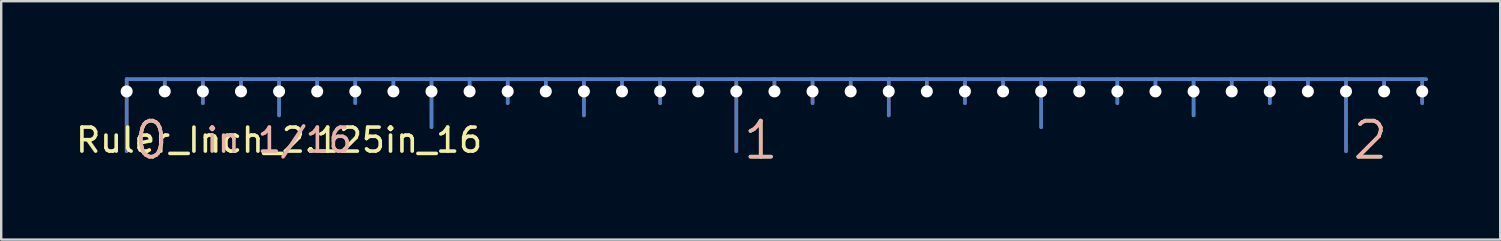
<source format=kicad_pcb>
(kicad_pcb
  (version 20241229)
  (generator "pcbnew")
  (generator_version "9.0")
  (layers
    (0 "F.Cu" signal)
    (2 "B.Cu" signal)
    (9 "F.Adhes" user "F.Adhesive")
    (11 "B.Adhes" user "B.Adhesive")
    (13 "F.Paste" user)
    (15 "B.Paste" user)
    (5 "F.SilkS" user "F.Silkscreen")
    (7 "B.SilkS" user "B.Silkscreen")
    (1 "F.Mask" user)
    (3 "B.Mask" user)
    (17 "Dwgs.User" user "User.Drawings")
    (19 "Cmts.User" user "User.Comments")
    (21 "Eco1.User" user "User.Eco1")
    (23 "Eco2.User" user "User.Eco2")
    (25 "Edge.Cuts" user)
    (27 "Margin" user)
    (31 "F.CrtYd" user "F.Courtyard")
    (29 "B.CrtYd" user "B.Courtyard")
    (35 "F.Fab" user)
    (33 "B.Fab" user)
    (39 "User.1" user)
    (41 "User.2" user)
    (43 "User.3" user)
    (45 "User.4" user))
  (footprint "Ruler_Inch_2.125in_16"
    (layer "F.Cu")
    (at 2.227 0.25)
    (property "Reference" "Ruler_Inch_2.125in_16" (at 6.35 2.54 0) (layer "F.SilkS") (effects (font (size 1 1) (thickness 0.15))))
    (attr through_hole)
    (fp_line (start 0 0) (end 0 3) (stroke (width 0.15) (type solid)) (layer "F.Cu"))
    (fp_line (start 1.587 0) (end 1.587 0.508) (stroke (width 0.15) (type solid)) (layer "F.Cu"))
    (fp_line (start 3.175 0) (end 3.175 1) (stroke (width 0.15) (type solid)) (layer "F.Cu"))
    (fp_line (start 4.763 0) (end 4.763 0.508) (stroke (width 0.15) (type solid)) (layer "F.Cu"))
    (fp_line (start 6.35 0) (end 6.35 1.508) (stroke (width 0.15) (type solid)) (layer "F.Cu"))
    (fp_line (start 7.938 0) (end 7.938 0.508) (stroke (width 0.15) (type solid)) (layer "F.Cu"))
    (fp_line (start 9.525 0) (end 9.525 1) (stroke (width 0.15) (type solid)) (layer "F.Cu"))
    (fp_line (start 11.113 0) (end 11.113 0.508) (stroke (width 0.15) (type solid)) (layer "F.Cu"))
    (fp_line (start 12.7 0) (end 12.7 2) (stroke (width 0.15) (type solid)) (layer "F.Cu"))
    (fp_line (start 14.287 0) (end 14.287 0.508) (stroke (width 0.15) (type solid)) (layer "F.Cu"))
    (fp_line (start 15.875 0) (end 15.875 1) (stroke (width 0.15) (type solid)) (layer "F.Cu"))
    (fp_line (start 17.462 0) (end 17.462 0.508) (stroke (width 0.15) (type solid)) (layer "F.Cu"))
    (fp_line (start 19.05 0) (end 19.05 1.508) (stroke (width 0.15) (type solid)) (layer "F.Cu"))
    (fp_line (start 20.637 0) (end 20.637 0.508) (stroke (width 0.15) (type solid)) (layer "F.Cu"))
    (fp_line (start 22.225 0) (end 22.225 1) (stroke (width 0.15) (type solid)) (layer "F.Cu"))
    (fp_line (start 23.812 0) (end 23.812 0.508) (stroke (width 0.15) (type solid)) (layer "F.Cu"))
    (fp_line (start 25.4 0) (end 25.4 3) (stroke (width 0.15) (type solid)) (layer "F.Cu"))
    (fp_line (start 26.988 0) (end 26.988 0.508) (stroke (width 0.15) (type solid)) (layer "F.Cu"))
    (fp_line (start 28.575 0) (end 28.575 1) (stroke (width 0.15) (type solid)) (layer "F.Cu"))
    (fp_line (start 30.163 0) (end 30.163 0.508) (stroke (width 0.15) (type solid)) (layer "F.Cu"))
    (fp_line (start 31.75 0) (end 31.75 1.508) (stroke (width 0.15) (type solid)) (layer "F.Cu"))
    (fp_line (start 33.337 0) (end 33.337 0.508) (stroke (width 0.15) (type solid)) (layer "F.Cu"))
    (fp_line (start 34.925 0) (end 34.925 1) (stroke (width 0.15) (type solid)) (layer "F.Cu"))
    (fp_line (start 36.513 0) (end 36.513 0.508) (stroke (width 0.15) (type solid)) (layer "F.Cu"))
    (fp_line (start 38.1 0) (end 38.1 2) (stroke (width 0.15) (type solid)) (layer "F.Cu"))
    (fp_line (start 39.688 0) (end 39.688 0.508) (stroke (width 0.15) (type solid)) (layer "F.Cu"))
    (fp_line (start 41.275 0) (end 41.275 1) (stroke (width 0.15) (type solid)) (layer "F.Cu"))
    (fp_line (start 42.862 0) (end 42.862 0.508) (stroke (width 0.15) (type solid)) (layer "F.Cu"))
    (fp_line (start 44.45 0) (end 44.45 1.508) (stroke (width 0.15) (type solid)) (layer "F.Cu"))
    (fp_line (start 46.038 0) (end 46.038 0.508) (stroke (width 0.15) (type solid)) (layer "F.Cu"))
    (fp_line (start 47.625 0) (end 47.625 1) (stroke (width 0.15) (type solid)) (layer "F.Cu"))
    (fp_line (start 49.212 0) (end 49.212 0.508) (stroke (width 0.15) (type solid)) (layer "F.Cu"))
    (fp_line (start 50.8 0) (end 50.8 3) (stroke (width 0.15) (type solid)) (layer "F.Cu"))
    (fp_line (start 52.388 0) (end 52.388 0.508) (stroke (width 0.15) (type solid)) (layer "F.Cu"))
    (fp_line (start 53.975 0) (end 53.975 1) (stroke (width 0.15) (type solid)) (layer "F.Cu"))
    (fp_line (start 54.138 0) (end 0 0) (stroke (width 0.15) (type solid)) (layer "F.Cu"))
    (fp_line (start 0 0) (end 0 3) (stroke (width 0.15) (type solid)) (layer "F.Mask"))
    (fp_line (start 1.587 0) (end 1.587 0.508) (stroke (width 0.15) (type solid)) (layer "F.Mask"))
    (fp_line (start 3.175 0) (end 3.175 1) (stroke (width 0.15) (type solid)) (layer "F.Mask"))
    (fp_line (start 4.763 0) (end 4.763 0.508) (stroke (width 0.15) (type solid)) (layer "F.Mask"))
    (fp_line (start 6.35 0) (end 6.35 1.508) (stroke (width 0.15) (type solid)) (layer "F.Mask"))
    (fp_line (start 7.938 0) (end 7.938 0.508) (stroke (width 0.15) (type solid)) (layer "F.Mask"))
    (fp_line (start 9.525 0) (end 9.525 1) (stroke (width 0.15) (type solid)) (layer "F.Mask"))
    (fp_line (start 11.113 0) (end 11.113 0.508) (stroke (width 0.15) (type solid)) (layer "F.Mask"))
    (fp_line (start 12.7 0) (end 12.7 2) (stroke (width 0.15) (type solid)) (layer "F.Mask"))
    (fp_line (start 14.287 0) (end 14.287 0.508) (stroke (width 0.15) (type solid)) (layer "F.Mask"))
    (fp_line (start 15.875 0) (end 15.875 1) (stroke (width 0.15) (type solid)) (layer "F.Mask"))
    (fp_line (start 17.462 0) (end 17.462 0.508) (stroke (width 0.15) (type solid)) (layer "F.Mask"))
    (fp_line (start 19.05 0) (end 19.05 1.508) (stroke (width 0.15) (type solid)) (layer "F.Mask"))
    (fp_line (start 20.637 0) (end 20.637 0.508) (stroke (width 0.15) (type solid)) (layer "F.Mask"))
    (fp_line (start 22.225 0) (end 22.225 1) (stroke (width 0.15) (type solid)) (layer "F.Mask"))
    (fp_line (start 23.812 0) (end 23.812 0.508) (stroke (width 0.15) (type solid)) (layer "F.Mask"))
    (fp_line (start 25.4 0) (end 25.4 3) (stroke (width 0.15) (type solid)) (layer "F.Mask"))
    (fp_line (start 26.988 0) (end 26.988 0.508) (stroke (width 0.15) (type solid)) (layer "F.Mask"))
    (fp_line (start 28.575 0) (end 28.575 1) (stroke (width 0.15) (type solid)) (layer "F.Mask"))
    (fp_line (start 30.163 0) (end 30.163 0.508) (stroke (width 0.15) (type solid)) (layer "F.Mask"))
    (fp_line (start 31.75 0) (end 31.75 1.508) (stroke (width 0.15) (type solid)) (layer "F.Mask"))
    (fp_line (start 33.337 0) (end 33.337 0.508) (stroke (width 0.15) (type solid)) (layer "F.Mask"))
    (fp_line (start 34.925 0) (end 34.925 1) (stroke (width 0.15) (type solid)) (layer "F.Mask"))
    (fp_line (start 36.513 0) (end 36.513 0.508) (stroke (width 0.15) (type solid)) (layer "F.Mask"))
    (fp_line (start 38.1 0) (end 38.1 2) (stroke (width 0.15) (type solid)) (layer "F.Mask"))
    (fp_line (start 39.688 0) (end 39.688 0.508) (stroke (width 0.15) (type solid)) (layer "F.Mask"))
    (fp_line (start 41.275 0) (end 41.275 1) (stroke (width 0.15) (type solid)) (layer "F.Mask"))
    (fp_line (start 42.862 0) (end 42.862 0.508) (stroke (width 0.15) (type solid)) (layer "F.Mask"))
    (fp_line (start 44.45 0) (end 44.45 1.508) (stroke (width 0.15) (type solid)) (layer "F.Mask"))
    (fp_line (start 46.038 0) (end 46.038 0.508) (stroke (width 0.15) (type solid)) (layer "F.Mask"))
    (fp_line (start 47.625 0) (end 47.625 1) (stroke (width 0.15) (type solid)) (layer "F.Mask"))
    (fp_line (start 49.212 0) (end 49.212 0.508) (stroke (width 0.15) (type solid)) (layer "F.Mask"))
    (fp_line (start 50.8 0) (end 50.8 3) (stroke (width 0.15) (type solid)) (layer "F.Mask"))
    (fp_line (start 52.388 0) (end 52.388 0.508) (stroke (width 0.15) (type solid)) (layer "F.Mask"))
    (fp_line (start 53.975 0) (end 53.975 1) (stroke (width 0.15) (type solid)) (layer "F.Mask"))
    (fp_line (start 54.138 0) (end 0 0) (stroke (width 0.15) (type solid)) (layer "F.Mask"))
    (fp_line (start 0 0) (end 0 3) (stroke (width 0.15) (type solid)) (layer "B.Cu"))
    (fp_line (start 1.587 0) (end 1.587 0.508) (stroke (width 0.15) (type solid)) (layer "B.Cu"))
    (fp_line (start 3.175 0) (end 3.175 1) (stroke (width 0.15) (type solid)) (layer "B.Cu"))
    (fp_line (start 4.763 0) (end 4.763 0.508) (stroke (width 0.15) (type solid)) (layer "B.Cu"))
    (fp_line (start 6.35 0) (end 6.35 1.508) (stroke (width 0.15) (type solid)) (layer "B.Cu"))
    (fp_line (start 7.938 0) (end 7.938 0.508) (stroke (width 0.15) (type solid)) (layer "B.Cu"))
    (fp_line (start 9.525 0) (end 9.525 1) (stroke (width 0.15) (type solid)) (layer "B.Cu"))
    (fp_line (start 11.113 0) (end 11.113 0.508) (stroke (width 0.15) (type solid)) (layer "B.Cu"))
    (fp_line (start 12.7 0) (end 12.7 2) (stroke (width 0.15) (type solid)) (layer "B.Cu"))
    (fp_line (start 14.287 0) (end 14.287 0.508) (stroke (width 0.15) (type solid)) (layer "B.Cu"))
    (fp_line (start 15.875 0) (end 15.875 1) (stroke (width 0.15) (type solid)) (layer "B.Cu"))
    (fp_line (start 17.462 0) (end 17.462 0.508) (stroke (width 0.15) (type solid)) (layer "B.Cu"))
    (fp_line (start 19.05 0) (end 19.05 1.508) (stroke (width 0.15) (type solid)) (layer "B.Cu"))
    (fp_line (start 20.637 0) (end 20.637 0.508) (stroke (width 0.15) (type solid)) (layer "B.Cu"))
    (fp_line (start 22.225 0) (end 22.225 1) (stroke (width 0.15) (type solid)) (layer "B.Cu"))
    (fp_line (start 23.812 0) (end 23.812 0.508) (stroke (width 0.15) (type solid)) (layer "B.Cu"))
    (fp_line (start 25.4 0) (end 25.4 3) (stroke (width 0.15) (type solid)) (layer "B.Cu"))
    (fp_line (start 26.988 0) (end 26.988 0.508) (stroke (width 0.15) (type solid)) (layer "B.Cu"))
    (fp_line (start 28.575 0) (end 28.575 1) (stroke (width 0.15) (type solid)) (layer "B.Cu"))
    (fp_line (start 30.163 0) (end 30.163 0.508) (stroke (width 0.15) (type solid)) (layer "B.Cu"))
    (fp_line (start 31.75 0) (end 31.75 1.508) (stroke (width 0.15) (type solid)) (layer "B.Cu"))
    (fp_line (start 33.337 0) (end 33.337 0.508) (stroke (width 0.15) (type solid)) (layer "B.Cu"))
    (fp_line (start 34.925 0) (end 34.925 1) (stroke (width 0.15) (type solid)) (layer "B.Cu"))
    (fp_line (start 36.513 0) (end 36.513 0.508) (stroke (width 0.15) (type solid)) (layer "B.Cu"))
    (fp_line (start 38.1 0) (end 38.1 2) (stroke (width 0.15) (type solid)) (layer "B.Cu"))
    (fp_line (start 39.688 0) (end 39.688 0.508) (stroke (width 0.15) (type solid)) (layer "B.Cu"))
    (fp_line (start 41.275 0) (end 41.275 1) (stroke (width 0.15) (type solid)) (layer "B.Cu"))
    (fp_line (start 42.862 0) (end 42.862 0.508) (stroke (width 0.15) (type solid)) (layer "B.Cu"))
    (fp_line (start 44.45 0) (end 44.45 1.508) (stroke (width 0.15) (type solid)) (layer "B.Cu"))
    (fp_line (start 46.038 0) (end 46.038 0.508) (stroke (width 0.15) (type solid)) (layer "B.Cu"))
    (fp_line (start 47.625 0) (end 47.625 1) (stroke (width 0.15) (type solid)) (layer "B.Cu"))
    (fp_line (start 49.212 0) (end 49.212 0.508) (stroke (width 0.15) (type solid)) (layer "B.Cu"))
    (fp_line (start 50.8 0) (end 50.8 3) (stroke (width 0.15) (type solid)) (layer "B.Cu"))
    (fp_line (start 52.388 0) (end 52.388 0.508) (stroke (width 0.15) (type solid)) (layer "B.Cu"))
    (fp_line (start 53.975 0) (end 53.975 1) (stroke (width 0.15) (type solid)) (layer "B.Cu"))
    (fp_line (start 54.138 0) (end 0 0) (stroke (width 0.15) (type solid)) (layer "B.Cu"))
    (fp_line (start 0 0) (end 0 3) (stroke (width 0.15) (type solid)) (layer "B.Mask"))
    (fp_line (start 1.587 0) (end 1.587 0.508) (stroke (width 0.15) (type solid)) (layer "B.Mask"))
    (fp_line (start 3.175 0) (end 3.175 1) (stroke (width 0.15) (type solid)) (layer "B.Mask"))
    (fp_line (start 4.763 0) (end 4.763 0.508) (stroke (width 0.15) (type solid)) (layer "B.Mask"))
    (fp_line (start 6.35 0) (end 6.35 1.508) (stroke (width 0.15) (type solid)) (layer "B.Mask"))
    (fp_line (start 7.938 0) (end 7.938 0.508) (stroke (width 0.15) (type solid)) (layer "B.Mask"))
    (fp_line (start 9.525 0) (end 9.525 1) (stroke (width 0.15) (type solid)) (layer "B.Mask"))
    (fp_line (start 11.113 0) (end 11.113 0.508) (stroke (width 0.15) (type solid)) (layer "B.Mask"))
    (fp_line (start 12.7 0) (end 12.7 2) (stroke (width 0.15) (type solid)) (layer "B.Mask"))
    (fp_line (start 14.287 0) (end 14.287 0.508) (stroke (width 0.15) (type solid)) (layer "B.Mask"))
    (fp_line (start 15.875 0) (end 15.875 1) (stroke (width 0.15) (type solid)) (layer "B.Mask"))
    (fp_line (start 17.462 0) (end 17.462 0.508) (stroke (width 0.15) (type solid)) (layer "B.Mask"))
    (fp_line (start 19.05 0) (end 19.05 1.508) (stroke (width 0.15) (type solid)) (layer "B.Mask"))
    (fp_line (start 20.637 0) (end 20.637 0.508) (stroke (width 0.15) (type solid)) (layer "B.Mask"))
    (fp_line (start 22.225 0) (end 22.225 1) (stroke (width 0.15) (type solid)) (layer "B.Mask"))
    (fp_line (start 23.812 0) (end 23.812 0.508) (stroke (width 0.15) (type solid)) (layer "B.Mask"))
    (fp_line (start 25.4 0) (end 25.4 3) (stroke (width 0.15) (type solid)) (layer "B.Mask"))
    (fp_line (start 26.988 0) (end 26.988 0.508) (stroke (width 0.15) (type solid)) (layer "B.Mask"))
    (fp_line (start 28.575 0) (end 28.575 1) (stroke (width 0.15) (type solid)) (layer "B.Mask"))
    (fp_line (start 30.163 0) (end 30.163 0.508) (stroke (width 0.15) (type solid)) (layer "B.Mask"))
    (fp_line (start 31.75 0) (end 31.75 1.508) (stroke (width 0.15) (type solid)) (layer "B.Mask"))
    (fp_line (start 33.337 0) (end 33.337 0.508) (stroke (width 0.15) (type solid)) (layer "B.Mask"))
    (fp_line (start 34.925 0) (end 34.925 1) (stroke (width 0.15) (type solid)) (layer "B.Mask"))
    (fp_line (start 36.513 0) (end 36.513 0.508) (stroke (width 0.15) (type solid)) (layer "B.Mask"))
    (fp_line (start 38.1 0) (end 38.1 2) (stroke (width 0.15) (type solid)) (layer "B.Mask"))
    (fp_line (start 39.688 0) (end 39.688 0.508) (stroke (width 0.15) (type solid)) (layer "B.Mask"))
    (fp_line (start 41.275 0) (end 41.275 1) (stroke (width 0.15) (type solid)) (layer "B.Mask"))
    (fp_line (start 42.862 0) (end 42.862 0.508) (stroke (width 0.15) (type solid)) (layer "B.Mask"))
    (fp_line (start 44.45 0) (end 44.45 1.508) (stroke (width 0.15) (type solid)) (layer "B.Mask"))
    (fp_line (start 46.038 0) (end 46.038 0.508) (stroke (width 0.15) (type solid)) (layer "B.Mask"))
    (fp_line (start 47.625 0) (end 47.625 1) (stroke (width 0.15) (type solid)) (layer "B.Mask"))
    (fp_line (start 49.212 0) (end 49.212 0.508) (stroke (width 0.15) (type solid)) (layer "B.Mask"))
    (fp_line (start 50.8 0) (end 50.8 3) (stroke (width 0.15) (type solid)) (layer "B.Mask"))
    (fp_line (start 52.388 0) (end 52.388 0.508) (stroke (width 0.15) (type solid)) (layer "B.Mask"))
    (fp_line (start 53.975 0) (end 53.975 1) (stroke (width 0.15) (type solid)) (layer "B.Mask"))
    (fp_line (start 54.138 0) (end 0 0) (stroke (width 0.15) (type solid)) (layer "B.Mask"))
    (fp_text user "0" (at 1.016 2.54 0) (layer "F.SilkS") (effects (font (size 1.5 1.5) (thickness 0.15))))
    (fp_text user "2" (at 51.816 2.54 0) (layer "F.SilkS") (effects (font (size 1.5 1.5) (thickness 0.15))))
    (fp_text user "1" (at 26.416 2.54 0) (layer "F.SilkS") (effects (font (size 1.5 1.5) (thickness 0.15))))
    (fp_text user "1" (at 26.416 2.54 0) (unlocked yes) (layer "B.SilkS") (effects (font (size 1.5 1.5) (thickness 0.15))))
    (fp_text user "in 1/16" (at 6.35 2.54 0) (unlocked yes) (layer "B.SilkS") (effects (font (size 1 1) (thickness 0.15))))
    (fp_text user "0" (at 1.016 2.54 0) (unlocked yes) (layer "B.SilkS") (effects (font (size 1.5 1.5) (thickness 0.15))))
    (fp_text user "2" (at 51.816 2.54 0) (unlocked yes) (layer "B.SilkS") (effects (font (size 1.5 1.5) (thickness 0.15))))
    (pad "" np_thru_hole circle (at 0 0.508) (size 0.5 0.5) (drill 0.5) (layers "*.Cu" "*.Mask"))
    (pad "" np_thru_hole circle (at 1.587 0.508) (size 0.5 0.5) (drill 0.5) (layers "*.Cu" "*.Mask"))
    (pad "" np_thru_hole circle (at 3.175 0.508) (size 0.5 0.5) (drill 0.5) (layers "*.Cu" "*.Mask"))
    (pad "" np_thru_hole circle (at 4.763 0.508) (size 0.5 0.5) (drill 0.5) (layers "*.Cu" "*.Mask"))
    (pad "" np_thru_hole circle (at 6.35 0.508) (size 0.5 0.5) (drill 0.5) (layers "*.Cu" "*.Mask"))
    (pad "" np_thru_hole circle (at 7.938 0.508) (size 0.5 0.5) (drill 0.5) (layers "*.Cu" "*.Mask"))
    (pad "" np_thru_hole circle (at 9.525 0.508) (size 0.5 0.5) (drill 0.5) (layers "*.Cu" "*.Mask"))
    (pad "" np_thru_hole circle (at 11.113 0.508) (size 0.5 0.5) (drill 0.5) (layers "*.Cu" "*.Mask"))
    (pad "" np_thru_hole circle (at 12.7 0.508) (size 0.5 0.5) (drill 0.5) (layers "*.Cu" "*.Mask"))
    (pad "" np_thru_hole circle (at 14.287 0.508) (size 0.5 0.5) (drill 0.5) (layers "*.Cu" "*.Mask"))
    (pad "" np_thru_hole circle (at 15.875 0.508) (size 0.5 0.5) (drill 0.5) (layers "*.Cu" "*.Mask"))
    (pad "" np_thru_hole circle (at 17.462 0.508) (size 0.5 0.5) (drill 0.5) (layers "*.Cu" "*.Mask"))
    (pad "" np_thru_hole circle (at 19.05 0.508) (size 0.5 0.5) (drill 0.5) (layers "*.Cu" "*.Mask"))
    (pad "" np_thru_hole circle (at 20.637 0.508) (size 0.5 0.5) (drill 0.5) (layers "*.Cu" "*.Mask"))
    (pad "" np_thru_hole circle (at 22.225 0.508) (size 0.5 0.5) (drill 0.5) (layers "*.Cu" "*.Mask"))
    (pad "" np_thru_hole circle (at 23.812 0.508) (size 0.5 0.5) (drill 0.5) (layers "*.Cu" "*.Mask"))
    (pad "" np_thru_hole circle (at 25.4 0.508) (size 0.5 0.5) (drill 0.5) (layers "*.Cu" "*.Mask"))
    (pad "" np_thru_hole circle (at 26.988 0.508) (size 0.5 0.5) (drill 0.5) (layers "*.Cu" "*.Mask"))
    (pad "" np_thru_hole circle (at 28.575 0.508) (size 0.5 0.5) (drill 0.5) (layers "*.Cu" "*.Mask"))
    (pad "" np_thru_hole circle (at 30.163 0.508) (size 0.5 0.5) (drill 0.5) (layers "*.Cu" "*.Mask"))
    (pad "" np_thru_hole circle (at 31.75 0.508) (size 0.5 0.5) (drill 0.5) (layers "*.Cu" "*.Mask"))
    (pad "" np_thru_hole circle (at 33.337 0.508) (size 0.5 0.5) (drill 0.5) (layers "*.Cu" "*.Mask"))
    (pad "" np_thru_hole circle (at 34.925 0.508) (size 0.5 0.5) (drill 0.5) (layers "*.Cu" "*.Mask"))
    (pad "" np_thru_hole circle (at 36.513 0.508) (size 0.5 0.5) (drill 0.5) (layers "*.Cu" "*.Mask"))
    (pad "" np_thru_hole circle (at 38.1 0.508) (size 0.5 0.5) (drill 0.5) (layers "*.Cu" "*.Mask"))
    (pad "" np_thru_hole circle (at 39.688 0.508) (size 0.5 0.5) (drill 0.5) (layers "*.Cu" "*.Mask"))
    (pad "" np_thru_hole circle (at 41.275 0.508) (size 0.5 0.5) (drill 0.5) (layers "*.Cu" "*.Mask"))
    (pad "" np_thru_hole circle (at 42.862 0.508) (size 0.5 0.5) (drill 0.5) (layers "*.Cu" "*.Mask"))
    (pad "" np_thru_hole circle (at 44.45 0.508) (size 0.5 0.5) (drill 0.5) (layers "*.Cu" "*.Mask"))
    (pad "" np_thru_hole circle (at 46.038 0.508) (size 0.5 0.5) (drill 0.5) (layers "*.Cu" "*.Mask"))
    (pad "" np_thru_hole circle (at 47.625 0.508) (size 0.5 0.5) (drill 0.5) (layers "*.Cu" "*.Mask"))
    (pad "" np_thru_hole circle (at 49.212 0.508) (size 0.5 0.5) (drill 0.5) (layers "*.Cu" "*.Mask"))
    (pad "" np_thru_hole circle (at 50.8 0.508) (size 0.5 0.5) (drill 0.5) (layers "*.Cu" "*.Mask"))
    (pad "" np_thru_hole circle (at 52.388 0.508) (size 0.5 0.5) (drill 0.5) (layers "*.Cu" "*.Mask"))
    (pad "" np_thru_hole circle (at 53.975 0.508) (size 0.5 0.5) (drill 0.5) (layers "*.Cu" "*.Mask")))
  (gr_rect
    (start -3 -3)
    (end 59.452 6.931)
    (stroke (width 0.1) (type default))
    (fill no)
    (layer "Edge.Cuts")))
</source>
